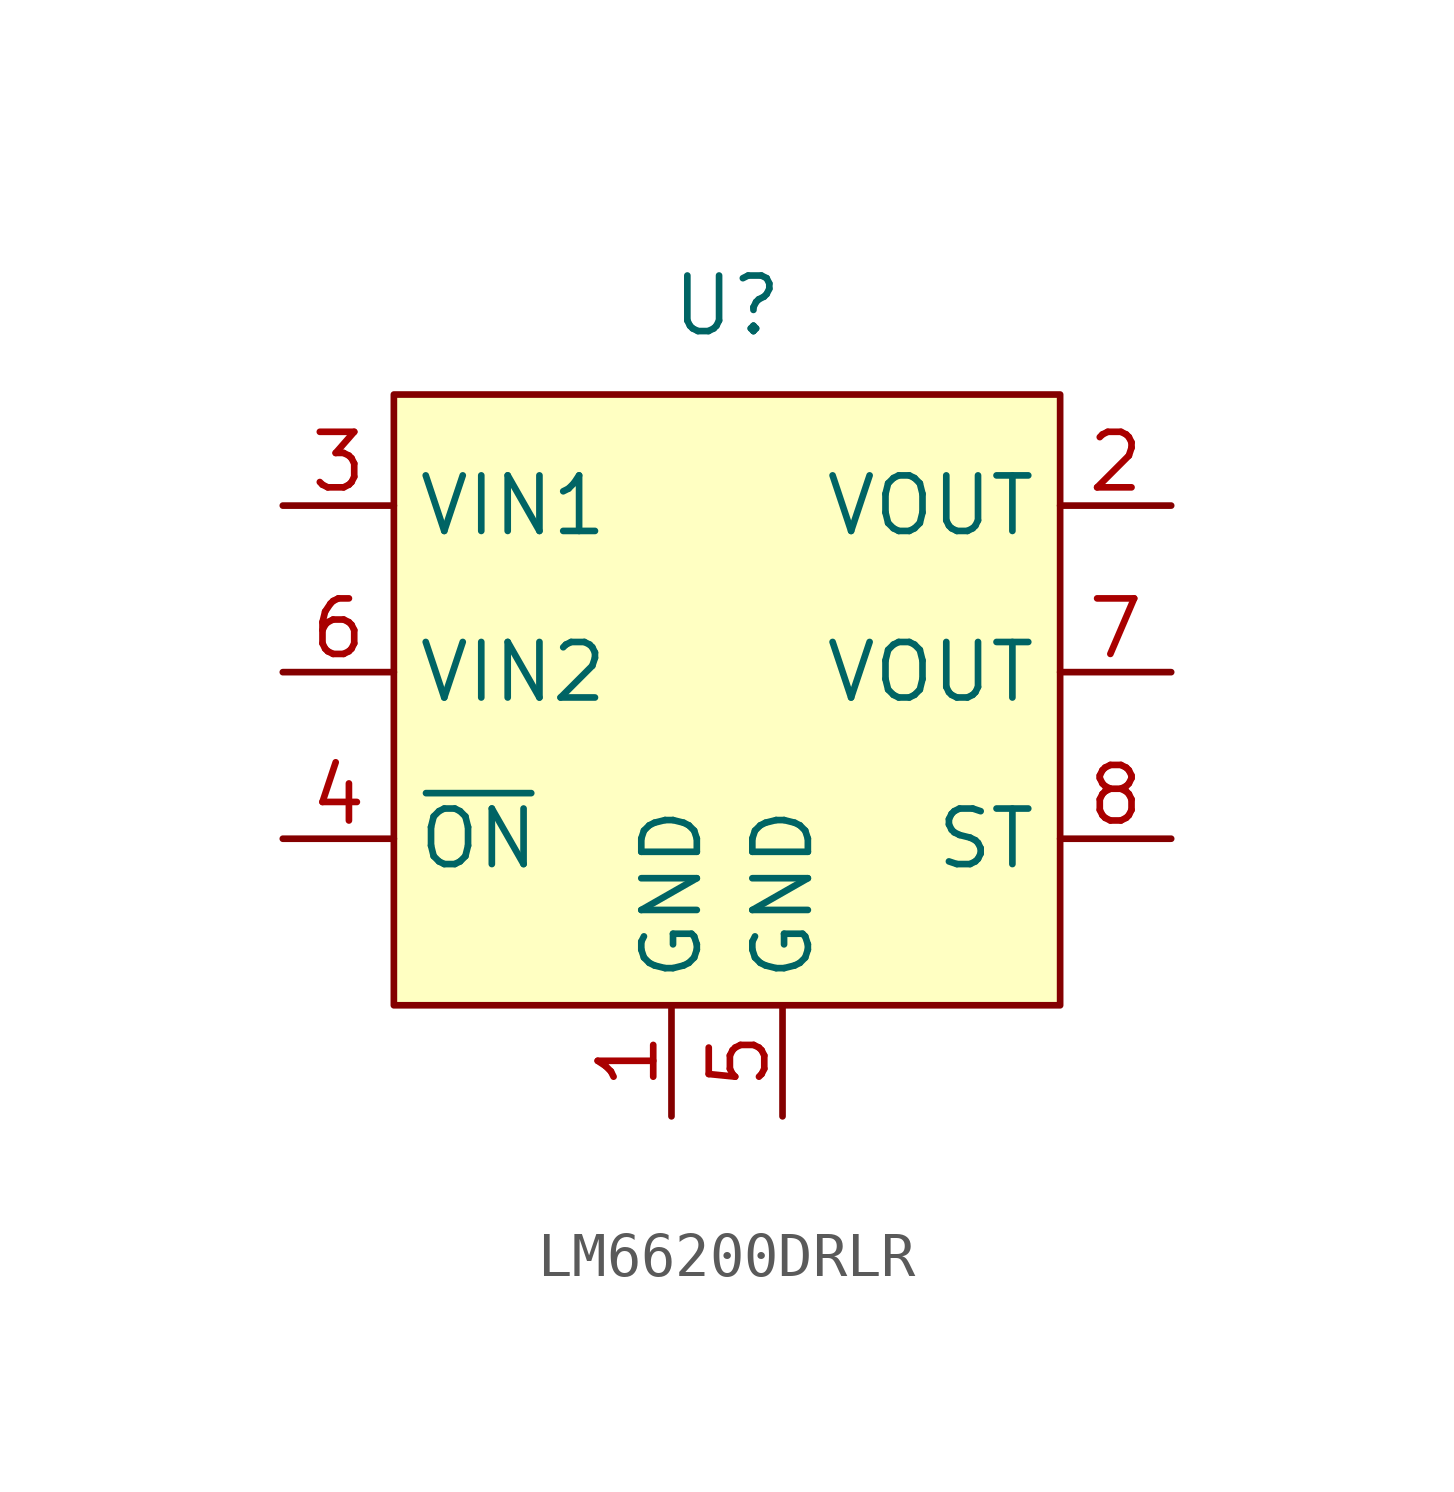
<source format=kicad_sym>
(kicad_symbol_lib
  (version 20241209)
  (generator "kicad_symbol_editor")
  (generator_version "9.0")
  (symbol "LM66200DRLR"
    (property "Reference" "U"
      (at 0 14.732 0)
      (effects (font (size 1.27 1.27))))
    (property "Value" ""
      (at 0 0 0)
      (effects (font (size 1.27 1.27))))
    (symbol "LM66200DRLR_1_1"
      (rectangle (start -7.62 12.7) (end 7.62 -1.27) (stroke (width 0) (type solid)) (fill (type background)))
      (pin input line (at -10.16 10.16 0) (length 2.54) (name "VIN1" (effects (font (size 1.27 1.27)))) (number "3" (effects (font (size 1.27 1.27)))))
      (pin input line (at -10.16 6.35 0) (length 2.54) (name "VIN2" (effects (font (size 1.27 1.27)))) (number "6" (effects (font (size 1.27 1.27)))))
      (pin input line (at -10.16 2.54 0) (length 2.54) (name "~{ON}" (effects (font (size 1.27 1.27)))) (number "4" (effects (font (size 1.27 1.27)))))
      (pin input line (at -1.27 -3.81 90) (length 2.54) (name "GND" (effects (font (size 1.27 1.27)))) (number "1" (effects (font (size 1.27 1.27)))))
      (pin input line (at 1.27 -3.81 90) (length 2.54) (name "GND" (effects (font (size 1.27 1.27)))) (number "5" (effects (font (size 1.27 1.27)))))
      (pin input line (at 10.16 10.16 180) (length 2.54) (name "VOUT" (effects (font (size 1.27 1.27)))) (number "2" (effects (font (size 1.27 1.27)))))
      (pin input line (at 10.16 6.35 180) (length 2.54) (name "VOUT" (effects (font (size 1.27 1.27)))) (number "7" (effects (font (size 1.27 1.27)))))
      (pin input line (at 10.16 2.54 180) (length 2.54) (name "ST" (effects (font (size 1.27 1.27)))) (number "8" (effects (font (size 1.27 1.27))))))))
</source>
